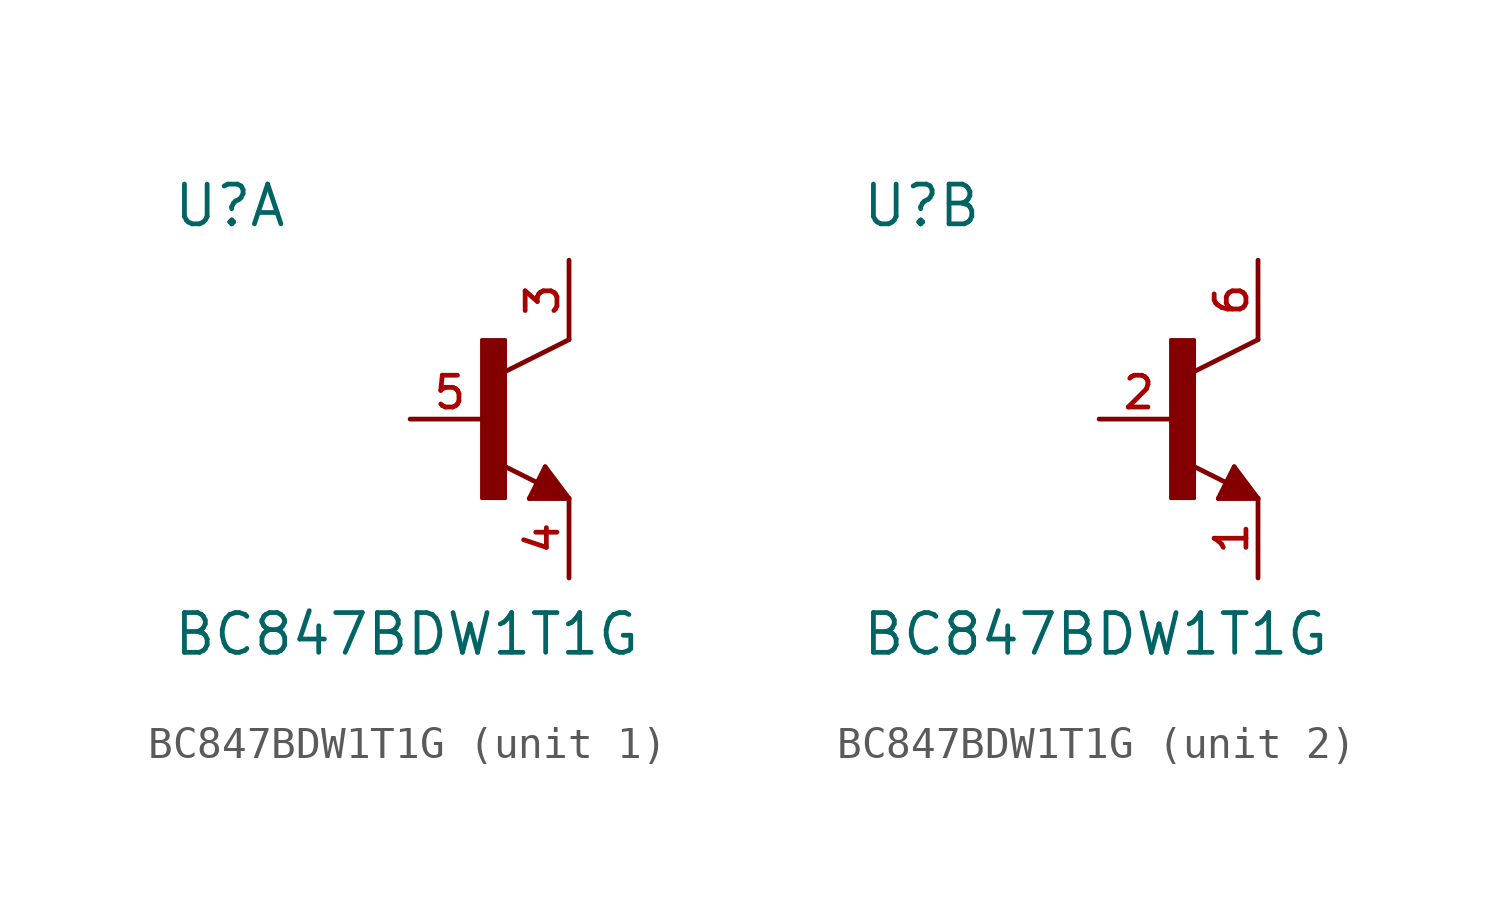
<source format=kicad_sym>
(kicad_symbol_lib
  (version 20211014)
  (generator kicad_symbol_editor)
  (symbol "BC847BDW1T1G"
    (pin_names
      (offset 1.016))
    (property "Reference" "U"
      (at -10.16 6.08 0.0)
      (effects (font (size 1.27 1.27)) (justify bottom left)))
    (property "Value" "BC847BDW1T1G"
      (at -10.16 -7.62 0.0)
      (effects (font (size 1.27 1.27)) (justify bottom left)))
    (symbol "BC847BDW1T1G_1_0"
      (polyline (pts (xy 2.54 2.54) (xy 0.508 1.524)) (stroke (width 0.152)))
      (polyline (pts (xy 1.778 -1.524) (xy 2.54 -2.54)) (stroke (width 0.152)))
      (polyline (pts (xy 2.54 -2.54) (xy 1.27 -2.54)) (stroke (width 0.152)))
      (polyline (pts (xy 1.27 -2.54) (xy 1.778 -1.524)) (stroke (width 0.152)))
      (polyline (pts (xy 1.54 -2.04) (xy 0.308 -1.424)) (stroke (width 0.152)))
      (polyline (pts (xy 1.524 -2.413) (xy 2.286 -2.413)) (stroke (width 0.254)))
      (polyline (pts (xy 2.286 -2.413) (xy 1.778 -1.778)) (stroke (width 0.254)))
      (polyline (pts (xy 1.778 -1.778) (xy 1.524 -2.286)) (stroke (width 0.254)))
      (polyline (pts (xy 1.524 -2.286) (xy 1.905 -2.286)) (stroke (width 0.254)))
      (polyline (pts (xy 1.905 -2.286) (xy 1.778 -2.032)) (stroke (width 0.254)))
      (rectangle (start -0.254 -2.54) (end 0.508 2.54) (stroke (width 0.1)) (fill (type outline)))
      (pin passive line (at -2.54 0.0 0) (length 2.54) (name "~" (effects (font (size 1.016 1.016)))) (number "5" (effects (font (size 1.016 1.016)))))
      (pin passive line (at 2.54 5.08 270.0) (length 2.54) (name "~" (effects (font (size 1.016 1.016)))) (number "3" (effects (font (size 1.016 1.016)))))
      (pin passive line (at 2.54 -5.08 90.0) (length 2.54) (name "~" (effects (font (size 1.016 1.016)))) (number "4" (effects (font (size 1.016 1.016))))))
    (symbol "BC847BDW1T1G_2_0"
      (polyline (pts (xy 2.54 2.54) (xy 0.508 1.524)) (stroke (width 0.152)))
      (polyline (pts (xy 1.778 -1.524) (xy 2.54 -2.54)) (stroke (width 0.152)))
      (polyline (pts (xy 2.54 -2.54) (xy 1.27 -2.54)) (stroke (width 0.152)))
      (polyline (pts (xy 1.27 -2.54) (xy 1.778 -1.524)) (stroke (width 0.152)))
      (polyline (pts (xy 1.54 -2.04) (xy 0.308 -1.424)) (stroke (width 0.152)))
      (polyline (pts (xy 1.524 -2.413) (xy 2.286 -2.413)) (stroke (width 0.254)))
      (polyline (pts (xy 2.286 -2.413) (xy 1.778 -1.778)) (stroke (width 0.254)))
      (polyline (pts (xy 1.778 -1.778) (xy 1.524 -2.286)) (stroke (width 0.254)))
      (polyline (pts (xy 1.524 -2.286) (xy 1.905 -2.286)) (stroke (width 0.254)))
      (polyline (pts (xy 1.905 -2.286) (xy 1.778 -2.032)) (stroke (width 0.254)))
      (rectangle (start -0.254 -2.54) (end 0.508 2.54) (stroke (width 0.1)) (fill (type outline)))
      (pin passive line (at -2.54 0.0 0) (length 2.54) (name "~" (effects (font (size 1.016 1.016)))) (number "2" (effects (font (size 1.016 1.016)))))
      (pin passive line (at 2.54 5.08 270.0) (length 2.54) (name "~" (effects (font (size 1.016 1.016)))) (number "6" (effects (font (size 1.016 1.016)))))
      (pin passive line (at 2.54 -5.08 90.0) (length 2.54) (name "~" (effects (font (size 1.016 1.016)))) (number "1" (effects (font (size 1.016 1.016))))))))
</source>
